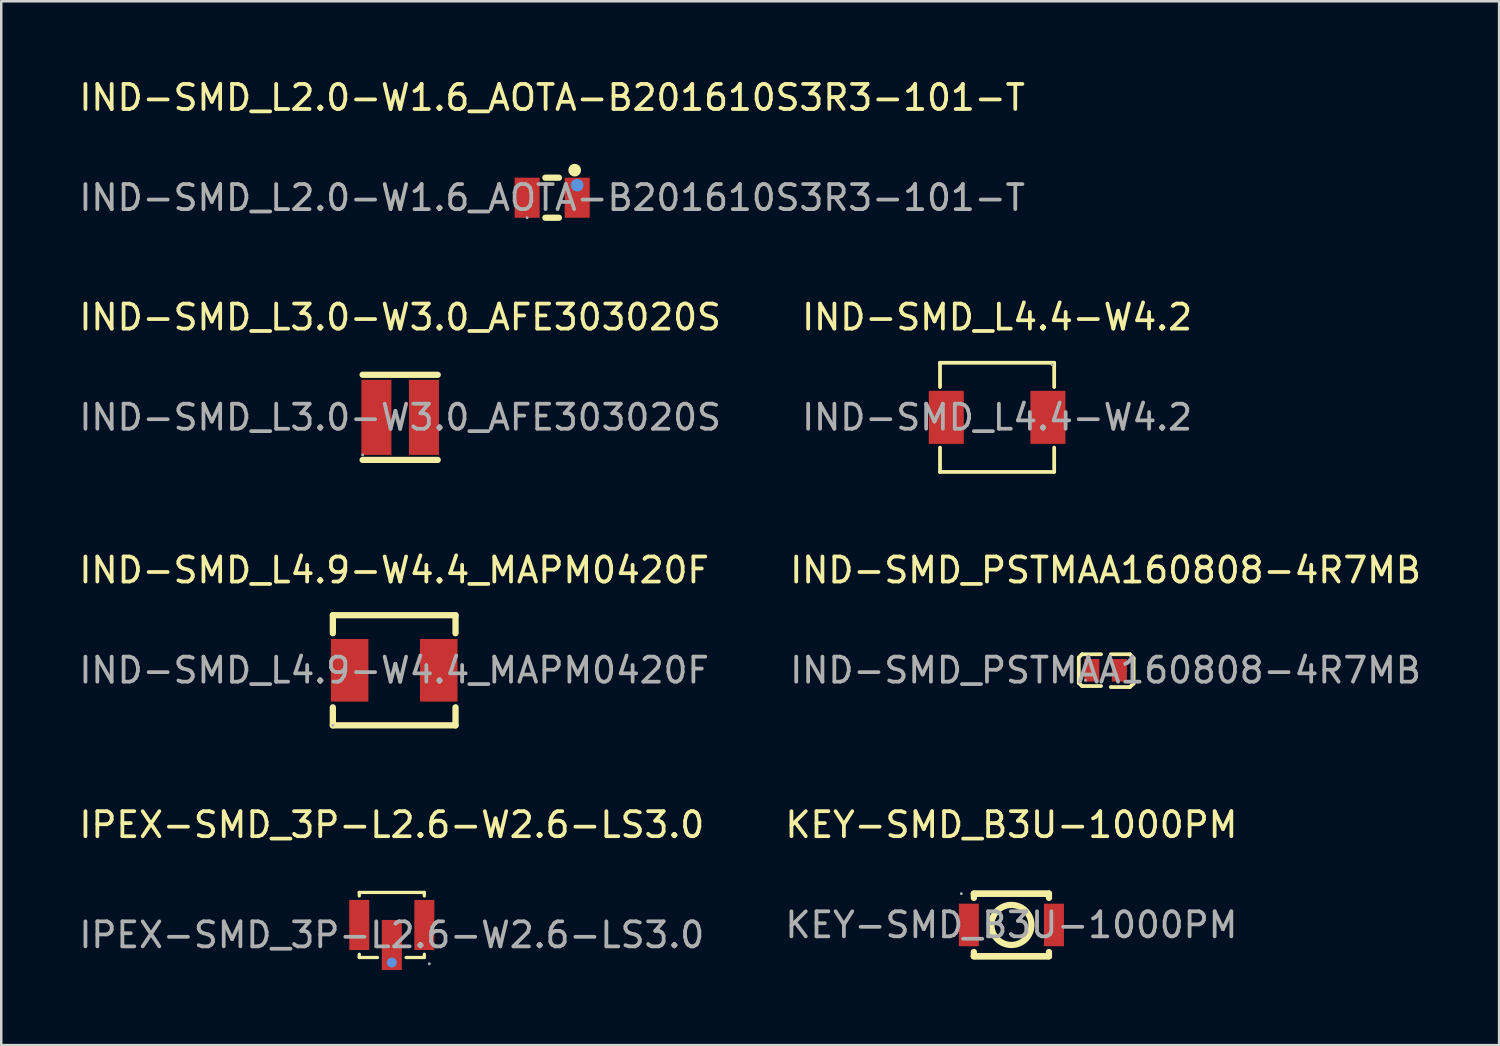
<source format=kicad_pcb>
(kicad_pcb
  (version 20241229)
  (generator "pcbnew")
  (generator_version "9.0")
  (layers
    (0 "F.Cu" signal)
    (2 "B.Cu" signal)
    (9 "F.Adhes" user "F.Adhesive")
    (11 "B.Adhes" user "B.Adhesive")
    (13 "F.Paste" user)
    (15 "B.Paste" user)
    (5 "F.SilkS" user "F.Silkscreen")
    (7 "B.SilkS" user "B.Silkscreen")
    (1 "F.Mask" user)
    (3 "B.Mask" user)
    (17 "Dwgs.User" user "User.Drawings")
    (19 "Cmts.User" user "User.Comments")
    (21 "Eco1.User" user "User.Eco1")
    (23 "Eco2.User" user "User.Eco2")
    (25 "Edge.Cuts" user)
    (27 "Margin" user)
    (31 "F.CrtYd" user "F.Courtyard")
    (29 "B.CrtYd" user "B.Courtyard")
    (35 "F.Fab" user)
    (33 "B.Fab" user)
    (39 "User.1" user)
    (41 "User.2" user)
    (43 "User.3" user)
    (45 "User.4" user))
  (footprint "IND-SMD_PSTMAA160808-4R7MB"
    (layer "F.Cu")
    (at 41.113 23.725)
    (property "Reference" "IND-SMD_PSTMAA160808-4R7MB" (at 0 -4 0) (layer "F.SilkS") (effects (font (size 1 1) (thickness 0.15))))
    (attr smd)
    (fp_line (start -1.07 -0.51) (end -1.07 0.51) (stroke (width 0.15) (type solid)) (layer "F.SilkS"))
    (fp_line (start -1.07 0.51) (end -0.94 0.63) (stroke (width 0.15) (type solid)) (layer "F.SilkS"))
    (fp_line (start -0.94 -0.64) (end -1.07 -0.51) (stroke (width 0.15) (type solid)) (layer "F.SilkS"))
    (fp_line (start -0.18 -0.64) (end -0.94 -0.64) (stroke (width 0.15) (type solid)) (layer "F.SilkS"))
    (fp_line (start -0.18 0.63) (end -0.94 0.63) (stroke (width 0.15) (type solid)) (layer "F.SilkS"))
    (fp_line (start 0.97 -0.64) (end 0.21 -0.64) (stroke (width 0.15) (type solid)) (layer "F.SilkS"))
    (fp_line (start 0.97 -0.64) (end 1.12 -0.48) (stroke (width 0.15) (type solid)) (layer "F.SilkS"))
    (fp_line (start 0.97 0.67) (end 0.21 0.67) (stroke (width 0.15) (type solid)) (layer "F.SilkS"))
    (fp_line (start 1.12 -0.48) (end 1.12 0.53) (stroke (width 0.15) (type solid)) (layer "F.SilkS"))
    (fp_line (start 1.12 0.53) (end 0.97 0.67) (stroke (width 0.15) (type solid)) (layer "F.SilkS"))
    (fp_circle (center -0.8 0.4) (end -0.77 0.4) (stroke (width 0.06) (type solid)) (fill no) (layer "F.Fab"))
    (fp_text user "${REFERENCE}" (at 0 0 0) (layer "F.Fab") (effects (font (size 1 1) (thickness 0.15))))
    (pad "1" smd rect (at -0.55 0 180) (size 0.6 0.9) (layers "F.Cu" "F.Mask" "F.Paste"))
    (pad "2" smd rect (at 0.55 0 180) (size 0.6 0.9) (layers "F.Cu" "F.Mask" "F.Paste")))
  (footprint "IPEX-SMD_3P-L2.6-W2.6-LS3.0"
    (layer "F.Cu")
    (at 12.601 34.298)
    (property "Reference" "IPEX-SMD_3P-L2.6-W2.6-LS3.0" (at 0 -4.4 0) (layer "F.SilkS") (effects (font (size 1 1) (thickness 0.15))))
    (attr smd)
    (fp_line (start -1.3 -1.7) (end -1.3 -1.56) (stroke (width 0.13) (type solid)) (layer "F.SilkS"))
    (fp_line (start -1.3 0.77) (end -1.3 0.9) (stroke (width 0.13) (type solid)) (layer "F.SilkS"))
    (fp_line (start -1.3 0.9) (end -0.57 0.9) (stroke (width 0.13) (type solid)) (layer "F.SilkS"))
    (fp_line (start 0.57 0.9) (end 1.3 0.9) (stroke (width 0.13) (type solid)) (layer "F.SilkS"))
    (fp_line (start 1.3 -1.7) (end -1.3 -1.7) (stroke (width 0.13) (type solid)) (layer "F.SilkS"))
    (fp_line (start 1.3 -1.56) (end 1.3 -1.7) (stroke (width 0.13) (type solid)) (layer "F.SilkS"))
    (fp_line (start 1.3 0.9) (end 1.3 0.77) (stroke (width 0.13) (type solid)) (layer "F.SilkS"))
    (fp_circle (center 0 1.1) (end 0.1 1.1) (stroke (width 0.2) (type solid)) (fill no) (layer "Cmts.User"))
    (fp_circle (center 1.5 1.15) (end 1.53 1.15) (stroke (width 0.06) (type solid)) (fill no) (layer "F.Fab"))
    (fp_text user "${REFERENCE}" (at 0 0 0) (layer "F.Fab") (effects (font (size 1 1) (thickness 0.15))))
    (pad "1" smd rect (at 0 0.4) (size 0.8 2) (layers "F.Cu" "F.Mask" "F.Paste"))
    (pad "2" smd rect (at 1.3 -0.4 90) (size 2 0.8) (layers "F.Cu" "F.Mask" "F.Paste"))
    (pad "3" smd rect (at -1.3 -0.4 90) (size 2 0.8) (layers "F.Cu" "F.Mask" "F.Paste")))
  (footprint "IND-SMD_L3.0-W3.0_AFE303020S"
    (layer "F.Cu")
    (at 12.935 13.621)
    (property "Reference" "IND-SMD_L3.0-W3.0_AFE303020S" (at 0 -4 0) (layer "F.SilkS") (effects (font (size 1 1) (thickness 0.15))))
    (attr through_hole)
    (fp_line (start -1.5 -1.7) (end 1.5 -1.7) (stroke (width 0.25) (type solid)) (layer "F.SilkS"))
    (fp_line (start -1.5 1.7) (end 1.5 1.7) (stroke (width 0.25) (type solid)) (layer "F.SilkS"))
    (fp_circle (center -1.5 1.5) (end -1.47 1.5) (stroke (width 0.06) (type solid)) (fill no) (layer "F.Fab"))
    (fp_text user "${REFERENCE}" (at 0 0 0) (layer "F.Fab") (effects (font (size 1 1) (thickness 0.15))))
    (pad "1" smd rect (at -0.95 0) (size 1.2 3) (layers "F.Cu" "F.Mask" "F.Paste"))
    (pad "2" smd rect (at 0.95 0) (size 1.2 3) (layers "F.Cu" "F.Mask" "F.Paste")))
  (footprint "KEY-SMD_B3U-1000PM"
    (layer "F.Cu")
    (at 37.351 33.898)
    (property "Reference" "KEY-SMD_B3U-1000PM" (at 0 -4 0) (layer "F.SilkS") (effects (font (size 1 1) (thickness 0.15))))
    (attr smd)
    (fp_line (start -1.5 -1.25) (end 1.5 -1.25) (stroke (width 0.25) (type solid)) (layer "F.SilkS"))
    (fp_line (start -1.5 -1.25) (end 1.5 -1.25) (stroke (width 0.25) (type solid)) (layer "F.SilkS"))
    (fp_line (start -1.5 -1.08) (end -1.5 -1.25) (stroke (width 0.25) (type solid)) (layer "F.SilkS"))
    (fp_line (start -1.5 1.25) (end -1.5 1.08) (stroke (width 0.25) (type solid)) (layer "F.SilkS"))
    (fp_line (start -1.5 1.25) (end 1.5 1.25) (stroke (width 0.25) (type solid)) (layer "F.SilkS"))
    (fp_line (start 1.5 -1.25) (end 1.5 -1.08) (stroke (width 0.25) (type solid)) (layer "F.SilkS"))
    (fp_line (start 1.5 1.08) (end 1.5 1.25) (stroke (width 0.25) (type solid)) (layer "F.SilkS"))
    (fp_line (start 1.5 1.25) (end -1.5 1.25) (stroke (width 0.25) (type solid)) (layer "F.SilkS"))
    (fp_circle (center 0 0) (end 0.8 0) (stroke (width 0.25) (type solid)) (fill no) (layer "F.SilkS"))
    (fp_circle (center -2 -1.25) (end -1.97 -1.25) (stroke (width 0.06) (type solid)) (fill no) (layer "F.Fab"))
    (fp_text user "${REFERENCE}" (at 0 0 0) (layer "F.Fab") (effects (font (size 1 1) (thickness 0.15))))
    (pad "1" smd rect (at -1.7 0) (size 0.8 1.7) (layers "F.Cu" "F.Mask" "F.Paste"))
    (pad "2" smd rect (at 1.7 0) (size 0.8 1.7) (layers "F.Cu" "F.Mask" "F.Paste")))
  (footprint "IND-SMD_L4.4-W4.2"
    (layer "F.Cu")
    (at 36.78 13.621)
    (property "Reference" "IND-SMD_L4.4-W4.2" (at 0 -4 0) (layer "F.SilkS") (effects (font (size 1 1) (thickness 0.15))))
    (attr smd)
    (fp_line (start -2.28 -2.18) (end 2.28 -2.18) (stroke (width 0.15) (type solid)) (layer "F.SilkS"))
    (fp_line (start -2.28 -1.21) (end -2.28 -2.18) (stroke (width 0.15) (type solid)) (layer "F.SilkS"))
    (fp_line (start -2.28 1.21) (end -2.28 2.18) (stroke (width 0.15) (type solid)) (layer "F.SilkS"))
    (fp_line (start -2.28 2.18) (end 2.28 2.18) (stroke (width 0.15) (type solid)) (layer "F.SilkS"))
    (fp_line (start 2.28 -2.18) (end 2.28 -1.21) (stroke (width 0.15) (type solid)) (layer "F.SilkS"))
    (fp_line (start 2.28 2.18) (end 2.28 1.21) (stroke (width 0.15) (type solid)) (layer "F.SilkS"))
    (fp_circle (center 2.2 -2.1) (end 2.23 -2.1) (stroke (width 0.06) (type solid)) (fill no) (layer "F.Fab"))
    (fp_text user "${REFERENCE}" (at 0 0 0) (layer "F.Fab") (effects (font (size 1 1) (thickness 0.15))))
    (pad "1" smd rect (at 2.03 0) (size 1.4 2.12) (layers "F.Cu" "F.Mask" "F.Paste"))
    (pad "2" smd rect (at -2.03 0) (size 1.4 2.12) (layers "F.Cu" "F.Mask" "F.Paste")))
  (footprint "IND-SMD_L2.0-W1.6_AOTA-B201610S3R3-101-T"
    (layer "F.Cu")
    (at 19.006 4.848)
    (property "Reference" "IND-SMD_L2.0-W1.6_AOTA-B201610S3R3-101-T" (at 0 -4 0) (layer "F.SilkS") (effects (font (size 1 1) (thickness 0.15))))
    (attr smd)
    (fp_line (start -0.27 -0.8) (end 0.27 -0.8) (stroke (width 0.25) (type solid)) (layer "F.SilkS"))
    (fp_line (start -0.27 0.8) (end 0.27 0.8) (stroke (width 0.25) (type solid)) (layer "F.SilkS"))
    (fp_circle (center 0.9 -1.1) (end 1.03 -1.1) (stroke (width 0.25) (type solid)) (fill no) (layer "F.SilkS"))
    (fp_circle (center 1 -0.5) (end 1.13 -0.5) (stroke (width 0.25) (type solid)) (fill no) (layer "Cmts.User"))
    (fp_circle (center -1 0.8) (end -0.97 0.8) (stroke (width 0.06) (type solid)) (fill no) (layer "F.Fab"))
    (fp_text user "${REFERENCE}" (at 0 0 0) (layer "F.Fab") (effects (font (size 1 1) (thickness 0.15))))
    (pad "1" smd rect (at -1 0) (size 1 1.6) (layers "F.Cu" "F.Mask" "F.Paste"))
    (pad "2" smd rect (at 1 0) (size 1 1.6) (layers "F.Cu" "F.Mask" "F.Paste")))
  (footprint "IND-SMD_L4.9-W4.4_MAPM0420F"
    (layer "F.Cu")
    (at 12.696 23.725)
    (property "Reference" "IND-SMD_L4.9-W4.4_MAPM0420F" (at 0 -4 0) (layer "F.SilkS") (effects (font (size 1 1) (thickness 0.15))))
    (attr through_hole)
    (fp_line (start -2.45 -2.2) (end -2.45 -1.48) (stroke (width 0.25) (type solid)) (layer "F.SilkS"))
    (fp_line (start -2.45 -2.2) (end 2.45 -2.2) (stroke (width 0.25) (type solid)) (layer "F.SilkS"))
    (fp_line (start -2.45 1.48) (end -2.45 2.2) (stroke (width 0.25) (type solid)) (layer "F.SilkS"))
    (fp_line (start -2.45 2.2) (end 2.45 2.2) (stroke (width 0.25) (type solid)) (layer "F.SilkS"))
    (fp_line (start 2.45 -2.2) (end 2.45 -1.48) (stroke (width 0.25) (type solid)) (layer "F.SilkS"))
    (fp_line (start 2.45 1.48) (end 2.45 2.2) (stroke (width 0.25) (type solid)) (layer "F.SilkS"))
    (fp_circle (center -2.45 2.2) (end -2.42 2.2) (stroke (width 0.06) (type solid)) (fill no) (layer "F.Fab"))
    (fp_text user "${REFERENCE}" (at 0 0 0) (layer "F.Fab") (effects (font (size 1 1) (thickness 0.15))))
    (pad "1" smd rect (at -1.78 0) (size 1.5 2.5) (layers "F.Cu" "F.Mask" "F.Paste"))
    (pad "2" smd rect (at 1.78 0) (size 1.5 2.5) (layers "F.Cu" "F.Mask" "F.Paste")))
  (gr_rect
    (start -3 -3)
    (end 56.833 38.698)
    (stroke (width 0.1) (type default))
    (fill no)
    (layer "Edge.Cuts")))
</source>
